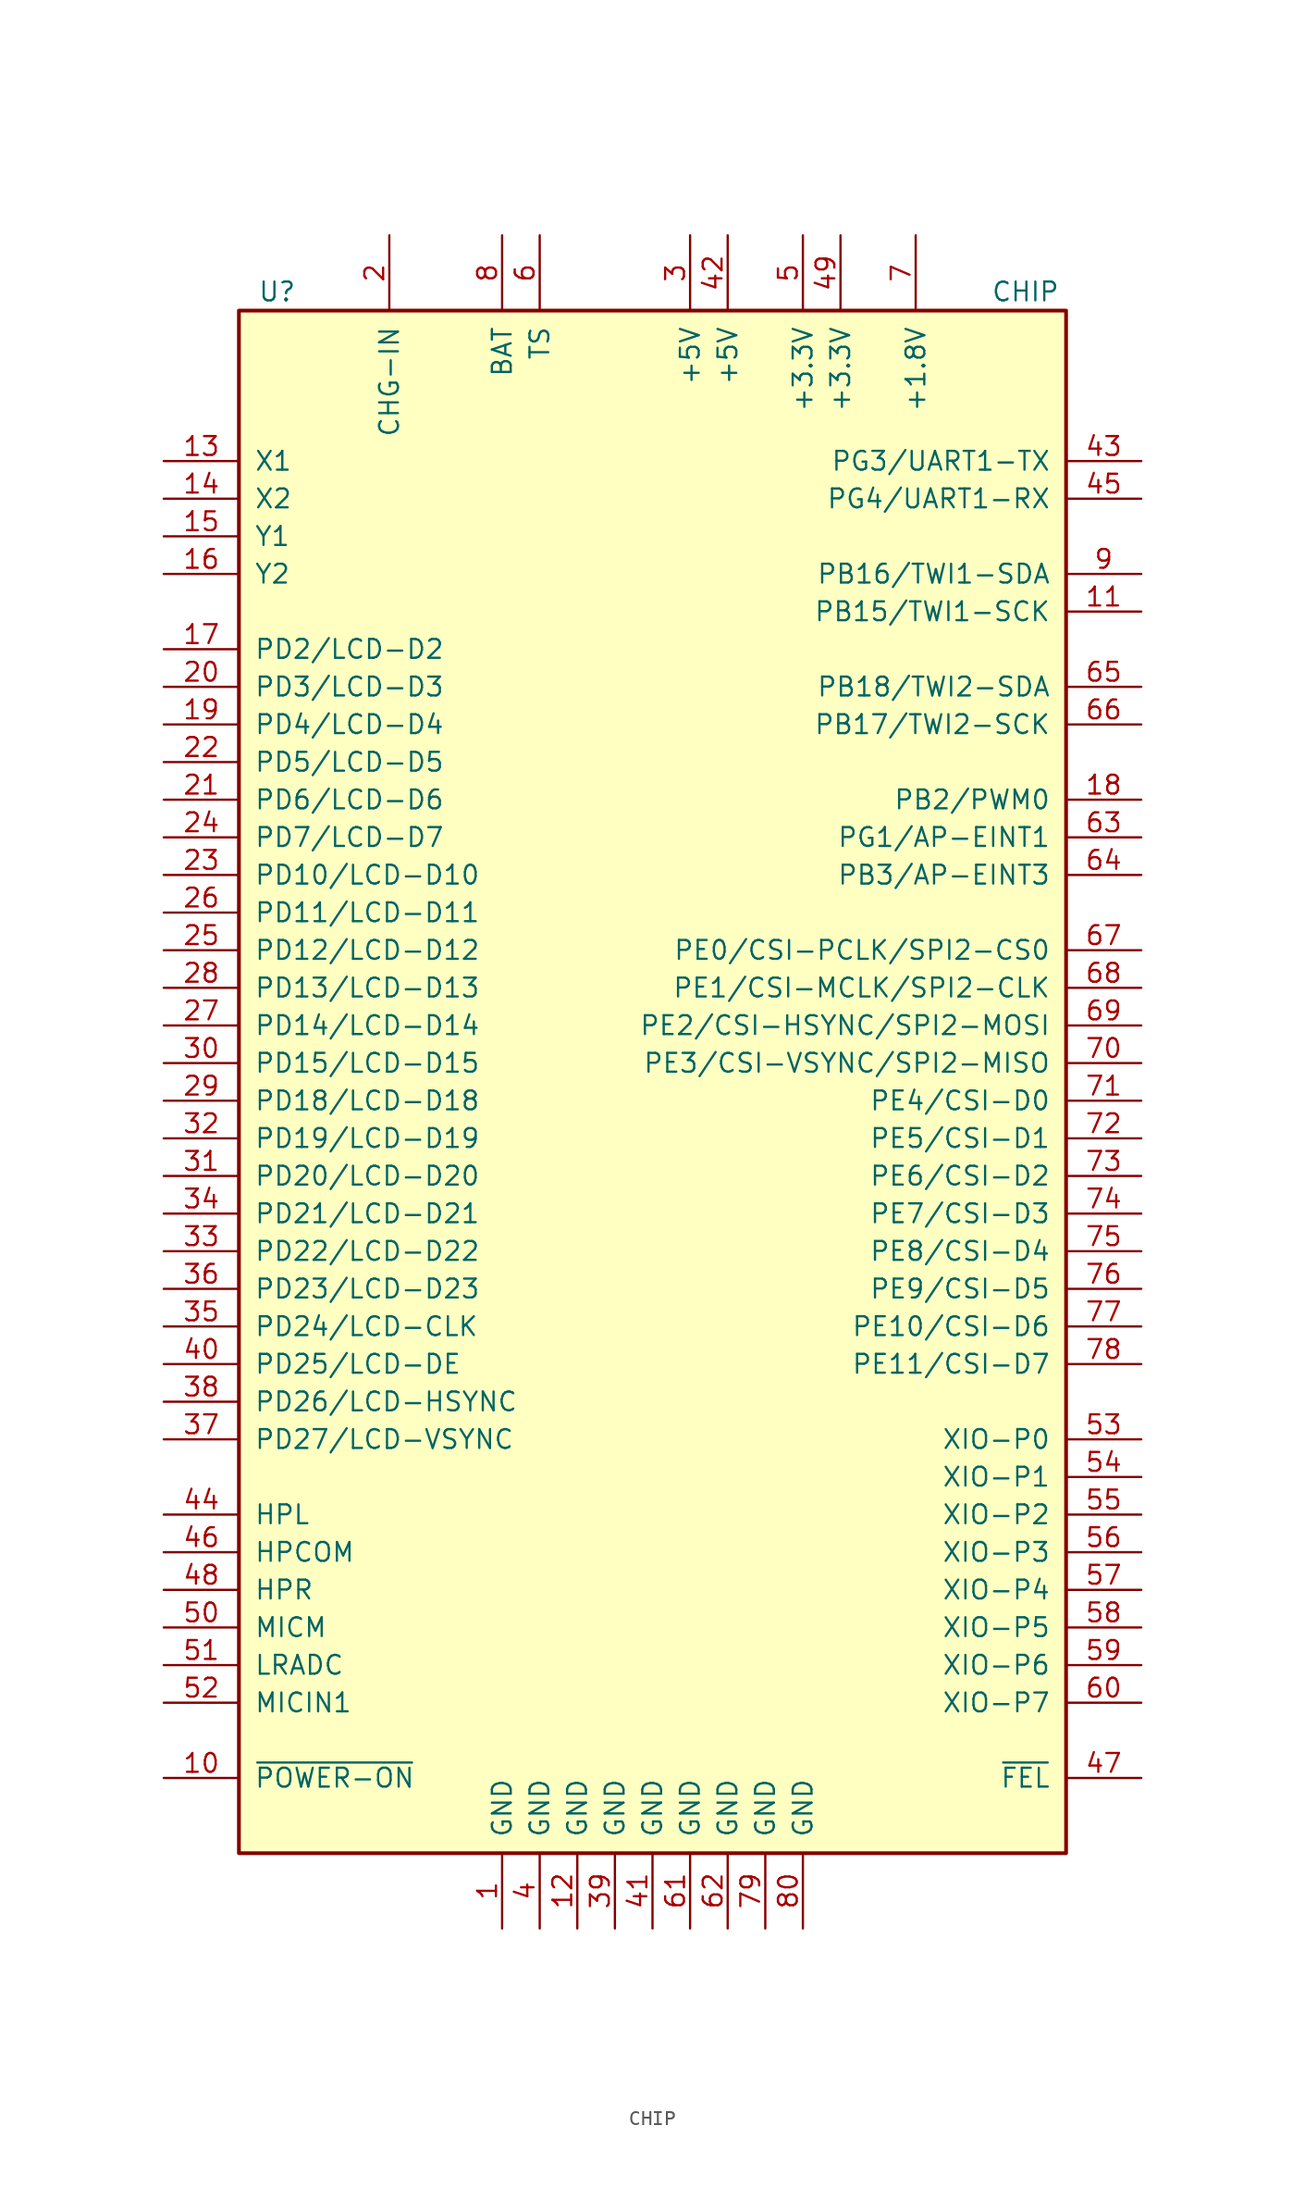
<source format=kicad_sym>
(kicad_symbol_lib
  (version 20241209)
  (generator "kicad_symbol_editor")
  (generator_version "9.0")
  (symbol "CHIP"
    (pin_names
      (offset 1.016))
    (property "Reference" "U"
      (at -26.67 49.53 0)
      (effects (font (size 1.27 1.27)) (justify left)))
    (property "Value" "CHIP"
      (at 22.86 49.53 0)
      (effects (font (size 1.27 1.27)) (justify left)))
    (symbol "CHIP_0_1"
      (rectangle (start -27.94 48.26) (end 27.94 -55.88) (stroke (width 0.254) (type default)) (fill (type background))))
    (symbol "CHIP_1_1"
      (pin input line (at -33.02 38.1 0) (length 5.08) (name "X1" (effects (font (size 1.27 1.27)))) (number "13" (effects (font (size 1.27 1.27)))))
      (pin input line (at -33.02 35.56 0) (length 5.08) (name "X2" (effects (font (size 1.27 1.27)))) (number "14" (effects (font (size 1.27 1.27)))))
      (pin input line (at -33.02 33.02 0) (length 5.08) (name "Y1" (effects (font (size 1.27 1.27)))) (number "15" (effects (font (size 1.27 1.27)))))
      (pin input line (at -33.02 30.48 0) (length 5.08) (name "Y2" (effects (font (size 1.27 1.27)))) (number "16" (effects (font (size 1.27 1.27)))))
      (pin bidirectional line (at -33.02 25.4 0) (length 5.08) (name "PD2/LCD-D2" (effects (font (size 1.27 1.27)))) (number "17" (effects (font (size 1.27 1.27)))))
      (pin bidirectional line (at -33.02 22.86 0) (length 5.08) (name "PD3/LCD-D3" (effects (font (size 1.27 1.27)))) (number "20" (effects (font (size 1.27 1.27)))))
      (pin bidirectional line (at -33.02 20.32 0) (length 5.08) (name "PD4/LCD-D4" (effects (font (size 1.27 1.27)))) (number "19" (effects (font (size 1.27 1.27)))))
      (pin bidirectional line (at -33.02 17.78 0) (length 5.08) (name "PD5/LCD-D5" (effects (font (size 1.27 1.27)))) (number "22" (effects (font (size 1.27 1.27)))))
      (pin bidirectional line (at -33.02 15.24 0) (length 5.08) (name "PD6/LCD-D6" (effects (font (size 1.27 1.27)))) (number "21" (effects (font (size 1.27 1.27)))))
      (pin bidirectional line (at -33.02 12.7 0) (length 5.08) (name "PD7/LCD-D7" (effects (font (size 1.27 1.27)))) (number "24" (effects (font (size 1.27 1.27)))))
      (pin bidirectional line (at -33.02 10.16 0) (length 5.08) (name "PD10/LCD-D10" (effects (font (size 1.27 1.27)))) (number "23" (effects (font (size 1.27 1.27)))))
      (pin bidirectional line (at -33.02 7.62 0) (length 5.08) (name "PD11/LCD-D11" (effects (font (size 1.27 1.27)))) (number "26" (effects (font (size 1.27 1.27)))))
      (pin bidirectional line (at -33.02 5.08 0) (length 5.08) (name "PD12/LCD-D12" (effects (font (size 1.27 1.27)))) (number "25" (effects (font (size 1.27 1.27)))))
      (pin bidirectional line (at -33.02 2.54 0) (length 5.08) (name "PD13/LCD-D13" (effects (font (size 1.27 1.27)))) (number "28" (effects (font (size 1.27 1.27)))))
      (pin bidirectional line (at -33.02 0 0) (length 5.08) (name "PD14/LCD-D14" (effects (font (size 1.27 1.27)))) (number "27" (effects (font (size 1.27 1.27)))))
      (pin bidirectional line (at -33.02 -2.54 0) (length 5.08) (name "PD15/LCD-D15" (effects (font (size 1.27 1.27)))) (number "30" (effects (font (size 1.27 1.27)))))
      (pin bidirectional line (at -33.02 -5.08 0) (length 5.08) (name "PD18/LCD-D18" (effects (font (size 1.27 1.27)))) (number "29" (effects (font (size 1.27 1.27)))))
      (pin bidirectional line (at -33.02 -7.62 0) (length 5.08) (name "PD19/LCD-D19" (effects (font (size 1.27 1.27)))) (number "32" (effects (font (size 1.27 1.27)))))
      (pin bidirectional line (at -33.02 -10.16 0) (length 5.08) (name "PD20/LCD-D20" (effects (font (size 1.27 1.27)))) (number "31" (effects (font (size 1.27 1.27)))))
      (pin bidirectional line (at -33.02 -12.7 0) (length 5.08) (name "PD21/LCD-D21" (effects (font (size 1.27 1.27)))) (number "34" (effects (font (size 1.27 1.27)))))
      (pin bidirectional line (at -33.02 -15.24 0) (length 5.08) (name "PD22/LCD-D22" (effects (font (size 1.27 1.27)))) (number "33" (effects (font (size 1.27 1.27)))))
      (pin bidirectional line (at -33.02 -17.78 0) (length 5.08) (name "PD23/LCD-D23" (effects (font (size 1.27 1.27)))) (number "36" (effects (font (size 1.27 1.27)))))
      (pin bidirectional line (at -33.02 -20.32 0) (length 5.08) (name "PD24/LCD-CLK" (effects (font (size 1.27 1.27)))) (number "35" (effects (font (size 1.27 1.27)))))
      (pin bidirectional line (at -33.02 -22.86 0) (length 5.08) (name "PD25/LCD-DE" (effects (font (size 1.27 1.27)))) (number "40" (effects (font (size 1.27 1.27)))))
      (pin bidirectional line (at -33.02 -25.4 0) (length 5.08) (name "PD26/LCD-HSYNC" (effects (font (size 1.27 1.27)))) (number "38" (effects (font (size 1.27 1.27)))))
      (pin bidirectional line (at -33.02 -27.94 0) (length 5.08) (name "PD27/LCD-VSYNC" (effects (font (size 1.27 1.27)))) (number "37" (effects (font (size 1.27 1.27)))))
      (pin output line (at -33.02 -33.02 0) (length 5.08) (name "HPL" (effects (font (size 1.27 1.27)))) (number "44" (effects (font (size 1.27 1.27)))))
      (pin output line (at -33.02 -35.56 0) (length 5.08) (name "HPCOM" (effects (font (size 1.27 1.27)))) (number "46" (effects (font (size 1.27 1.27)))))
      (pin output line (at -33.02 -38.1 0) (length 5.08) (name "HPR" (effects (font (size 1.27 1.27)))) (number "48" (effects (font (size 1.27 1.27)))))
      (pin power_out line (at -33.02 -40.64 0) (length 5.08) (name "MICM" (effects (font (size 1.27 1.27)))) (number "50" (effects (font (size 1.27 1.27)))))
      (pin power_out line (at -33.02 -43.18 0) (length 5.08) (name "LRADC" (effects (font (size 1.27 1.27)))) (number "51" (effects (font (size 1.27 1.27)))))
      (pin input line (at -33.02 -45.72 0) (length 5.08) (name "MICIN1" (effects (font (size 1.27 1.27)))) (number "52" (effects (font (size 1.27 1.27)))))
      (pin input line (at -33.02 -50.8 0) (length 5.08) (name "~{POWER-ON}" (effects (font (size 1.27 1.27)))) (number "10" (effects (font (size 1.27 1.27)))))
      (pin power_in line (at -17.78 53.34 270) (length 5.08) (name "CHG-IN" (effects (font (size 1.27 1.27)))) (number "2" (effects (font (size 1.27 1.27)))))
      (pin power_in line (at -10.16 53.34 270) (length 5.08) (name "BAT" (effects (font (size 1.27 1.27)))) (number "8" (effects (font (size 1.27 1.27)))))
      (pin power_in line (at -10.16 -60.96 90) (length 5.08) (name "GND" (effects (font (size 1.27 1.27)))) (number "1" (effects (font (size 1.27 1.27)))))
      (pin input line (at -7.62 53.34 270) (length 5.08) (name "TS" (effects (font (size 1.27 1.27)))) (number "6" (effects (font (size 1.27 1.27)))))
      (pin power_in line (at -7.62 -60.96 90) (length 5.08) (name "GND" (effects (font (size 1.27 1.27)))) (number "4" (effects (font (size 1.27 1.27)))))
      (pin power_in line (at -5.08 -60.96 90) (length 5.08) (name "GND" (effects (font (size 1.27 1.27)))) (number "12" (effects (font (size 1.27 1.27)))))
      (pin power_in line (at -2.54 -60.96 90) (length 5.08) (name "GND" (effects (font (size 1.27 1.27)))) (number "39" (effects (font (size 1.27 1.27)))))
      (pin power_in line (at 0 -60.96 90) (length 5.08) (name "GND" (effects (font (size 1.27 1.27)))) (number "41" (effects (font (size 1.27 1.27)))))
      (pin power_out line (at 2.54 53.34 270) (length 5.08) (name "+5V" (effects (font (size 1.27 1.27)))) (number "3" (effects (font (size 1.27 1.27)))))
      (pin power_in line (at 2.54 -60.96 90) (length 5.08) (name "GND" (effects (font (size 1.27 1.27)))) (number "61" (effects (font (size 1.27 1.27)))))
      (pin power_out line (at 5.08 53.34 270) (length 5.08) (name "+5V" (effects (font (size 1.27 1.27)))) (number "42" (effects (font (size 1.27 1.27)))))
      (pin power_in line (at 5.08 -60.96 90) (length 5.08) (name "GND" (effects (font (size 1.27 1.27)))) (number "62" (effects (font (size 1.27 1.27)))))
      (pin power_in line (at 7.62 -60.96 90) (length 5.08) (name "GND" (effects (font (size 1.27 1.27)))) (number "79" (effects (font (size 1.27 1.27)))))
      (pin power_out line (at 10.16 53.34 270) (length 5.08) (name "+3.3V" (effects (font (size 1.27 1.27)))) (number "5" (effects (font (size 1.27 1.27)))))
      (pin power_in line (at 10.16 -60.96 90) (length 5.08) (name "GND" (effects (font (size 1.27 1.27)))) (number "80" (effects (font (size 1.27 1.27)))))
      (pin power_out line (at 12.7 53.34 270) (length 5.08) (name "+3.3V" (effects (font (size 1.27 1.27)))) (number "49" (effects (font (size 1.27 1.27)))))
      (pin power_out line (at 17.78 53.34 270) (length 5.08) (name "+1.8V" (effects (font (size 1.27 1.27)))) (number "7" (effects (font (size 1.27 1.27)))))
      (pin bidirectional line (at 33.02 38.1 180) (length 5.08) (name "PG3/UART1-TX" (effects (font (size 1.27 1.27)))) (number "43" (effects (font (size 1.27 1.27)))))
      (pin input line (at 33.02 35.56 180) (length 5.08) (name "PG4/UART1-RX" (effects (font (size 1.27 1.27)))) (number "45" (effects (font (size 1.27 1.27)))))
      (pin bidirectional line (at 33.02 30.48 180) (length 5.08) (name "PB16/TWI1-SDA" (effects (font (size 1.27 1.27)))) (number "9" (effects (font (size 1.27 1.27)))))
      (pin bidirectional line (at 33.02 27.94 180) (length 5.08) (name "PB15/TWI1-SCK" (effects (font (size 1.27 1.27)))) (number "11" (effects (font (size 1.27 1.27)))))
      (pin bidirectional line (at 33.02 22.86 180) (length 5.08) (name "PB18/TWI2-SDA" (effects (font (size 1.27 1.27)))) (number "65" (effects (font (size 1.27 1.27)))))
      (pin bidirectional line (at 33.02 20.32 180) (length 5.08) (name "PB17/TWI2-SCK" (effects (font (size 1.27 1.27)))) (number "66" (effects (font (size 1.27 1.27)))))
      (pin bidirectional line (at 33.02 15.24 180) (length 5.08) (name "PB2/PWM0" (effects (font (size 1.27 1.27)))) (number "18" (effects (font (size 1.27 1.27)))))
      (pin bidirectional line (at 33.02 12.7 180) (length 5.08) (name "PG1/AP-EINT1" (effects (font (size 1.27 1.27)))) (number "63" (effects (font (size 1.27 1.27)))))
      (pin bidirectional line (at 33.02 10.16 180) (length 5.08) (name "PB3/AP-EINT3" (effects (font (size 1.27 1.27)))) (number "64" (effects (font (size 1.27 1.27)))))
      (pin bidirectional line (at 33.02 5.08 180) (length 5.08) (name "PE0/CSI-PCLK/SPI2-CS0" (effects (font (size 1.27 1.27)))) (number "67" (effects (font (size 1.27 1.27)))))
      (pin bidirectional line (at 33.02 2.54 180) (length 5.08) (name "PE1/CSI-MCLK/SPI2-CLK" (effects (font (size 1.27 1.27)))) (number "68" (effects (font (size 1.27 1.27)))))
      (pin bidirectional line (at 33.02 0 180) (length 5.08) (name "PE2/CSI-HSYNC/SPI2-MOSI" (effects (font (size 1.27 1.27)))) (number "69" (effects (font (size 1.27 1.27)))))
      (pin bidirectional line (at 33.02 -2.54 180) (length 5.08) (name "PE3/CSI-VSYNC/SPI2-MISO" (effects (font (size 1.27 1.27)))) (number "70" (effects (font (size 1.27 1.27)))))
      (pin bidirectional line (at 33.02 -5.08 180) (length 5.08) (name "PE4/CSI-D0" (effects (font (size 1.27 1.27)))) (number "71" (effects (font (size 1.27 1.27)))))
      (pin bidirectional line (at 33.02 -7.62 180) (length 5.08) (name "PE5/CSI-D1" (effects (font (size 1.27 1.27)))) (number "72" (effects (font (size 1.27 1.27)))))
      (pin bidirectional line (at 33.02 -10.16 180) (length 5.08) (name "PE6/CSI-D2" (effects (font (size 1.27 1.27)))) (number "73" (effects (font (size 1.27 1.27)))))
      (pin bidirectional line (at 33.02 -12.7 180) (length 5.08) (name "PE7/CSI-D3" (effects (font (size 1.27 1.27)))) (number "74" (effects (font (size 1.27 1.27)))))
      (pin bidirectional line (at 33.02 -15.24 180) (length 5.08) (name "PE8/CSI-D4" (effects (font (size 1.27 1.27)))) (number "75" (effects (font (size 1.27 1.27)))))
      (pin bidirectional line (at 33.02 -17.78 180) (length 5.08) (name "PE9/CSI-D5" (effects (font (size 1.27 1.27)))) (number "76" (effects (font (size 1.27 1.27)))))
      (pin bidirectional line (at 33.02 -20.32 180) (length 5.08) (name "PE10/CSI-D6" (effects (font (size 1.27 1.27)))) (number "77" (effects (font (size 1.27 1.27)))))
      (pin bidirectional line (at 33.02 -22.86 180) (length 5.08) (name "PE11/CSI-D7" (effects (font (size 1.27 1.27)))) (number "78" (effects (font (size 1.27 1.27)))))
      (pin bidirectional line (at 33.02 -27.94 180) (length 5.08) (name "XIO-P0" (effects (font (size 1.27 1.27)))) (number "53" (effects (font (size 1.27 1.27)))))
      (pin bidirectional line (at 33.02 -30.48 180) (length 5.08) (name "XIO-P1" (effects (font (size 1.27 1.27)))) (number "54" (effects (font (size 1.27 1.27)))))
      (pin bidirectional line (at 33.02 -33.02 180) (length 5.08) (name "XIO-P2" (effects (font (size 1.27 1.27)))) (number "55" (effects (font (size 1.27 1.27)))))
      (pin bidirectional line (at 33.02 -35.56 180) (length 5.08) (name "XIO-P3" (effects (font (size 1.27 1.27)))) (number "56" (effects (font (size 1.27 1.27)))))
      (pin bidirectional line (at 33.02 -38.1 180) (length 5.08) (name "XIO-P4" (effects (font (size 1.27 1.27)))) (number "57" (effects (font (size 1.27 1.27)))))
      (pin bidirectional line (at 33.02 -40.64 180) (length 5.08) (name "XIO-P5" (effects (font (size 1.27 1.27)))) (number "58" (effects (font (size 1.27 1.27)))))
      (pin bidirectional line (at 33.02 -43.18 180) (length 5.08) (name "XIO-P6" (effects (font (size 1.27 1.27)))) (number "59" (effects (font (size 1.27 1.27)))))
      (pin bidirectional line (at 33.02 -45.72 180) (length 5.08) (name "XIO-P7" (effects (font (size 1.27 1.27)))) (number "60" (effects (font (size 1.27 1.27)))))
      (pin input line (at 33.02 -50.8 180) (length 5.08) (name "~{FEL}" (effects (font (size 1.27 1.27)))) (number "47" (effects (font (size 1.27 1.27))))))))
</source>
